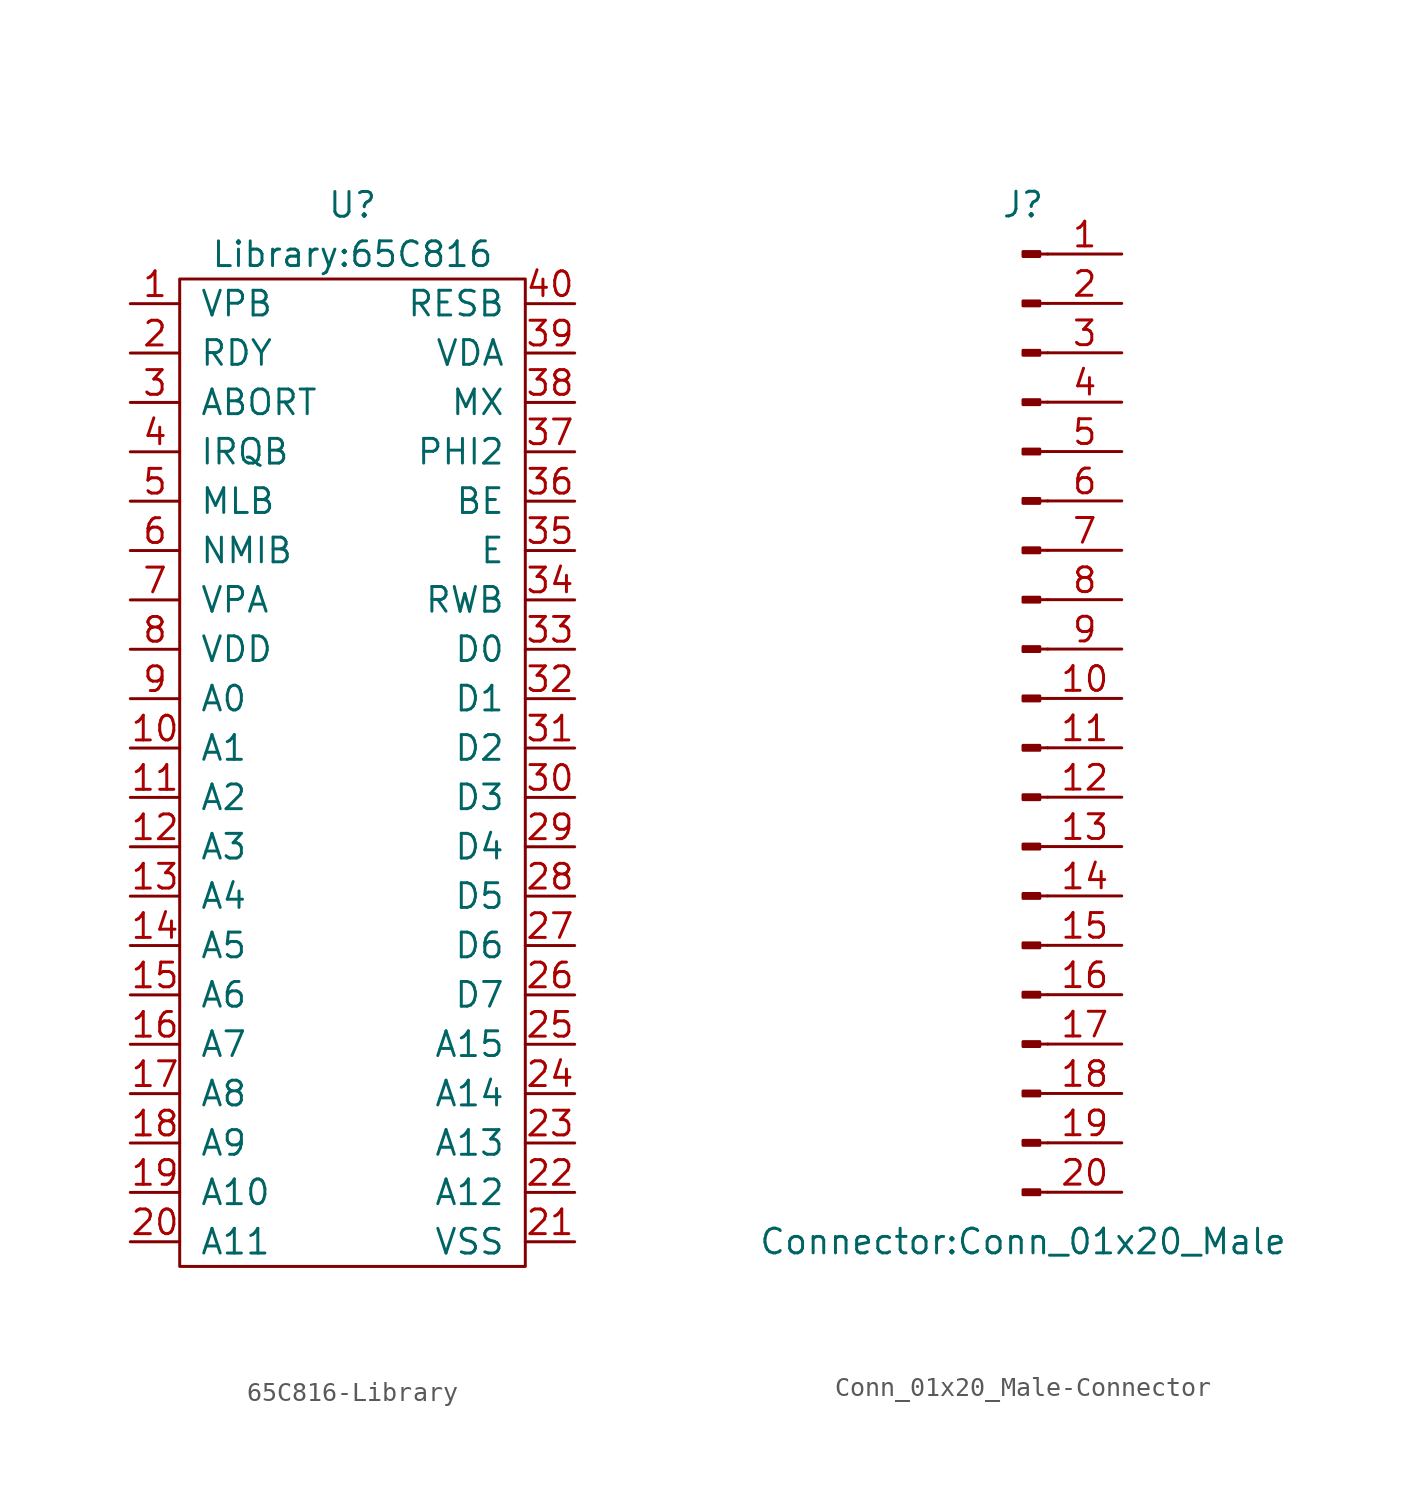
<source format=kicad_sym>
(kicad_symbol_lib
  (version 20231120)
  (generator "kicad_symbol_editor")
  (generator_version "8.0")
  (symbol "65C816-Library"
    (pin_names
      (offset 1.016))
    (property "Reference" "U"
      (at 0 3.81 0)
      (effects (font (size 1.27 1.27))))
    (property "Value" "Library:65C816"
      (at 0 1.27 0)
      (effects (font (size 1.27 1.27))))
    (symbol "65C816-Library_0_1"
      (rectangle (start -8.89 0) (end 8.89 -50.8) (stroke (width 0) (type solid)) (fill (type none))))
    (symbol "65C816-Library_1_1"
      (pin output line (at -11.43 -1.27 0) (length 2.54) (name "VPB" (effects (font (size 1.27 1.27)))) (number "1" (effects (font (size 1.27 1.27)))))
      (pin output line (at -11.43 -24.13 0) (length 2.54) (name "A1" (effects (font (size 1.27 1.27)))) (number "10" (effects (font (size 1.27 1.27)))))
      (pin output line (at -11.43 -26.67 0) (length 2.54) (name "A2" (effects (font (size 1.27 1.27)))) (number "11" (effects (font (size 1.27 1.27)))))
      (pin output line (at -11.43 -29.21 0) (length 2.54) (name "A3" (effects (font (size 1.27 1.27)))) (number "12" (effects (font (size 1.27 1.27)))))
      (pin output line (at -11.43 -31.75 0) (length 2.54) (name "A4" (effects (font (size 1.27 1.27)))) (number "13" (effects (font (size 1.27 1.27)))))
      (pin output line (at -11.43 -34.29 0) (length 2.54) (name "A5" (effects (font (size 1.27 1.27)))) (number "14" (effects (font (size 1.27 1.27)))))
      (pin output line (at -11.43 -36.83 0) (length 2.54) (name "A6" (effects (font (size 1.27 1.27)))) (number "15" (effects (font (size 1.27 1.27)))))
      (pin output line (at -11.43 -39.37 0) (length 2.54) (name "A7" (effects (font (size 1.27 1.27)))) (number "16" (effects (font (size 1.27 1.27)))))
      (pin output line (at -11.43 -41.91 0) (length 2.54) (name "A8" (effects (font (size 1.27 1.27)))) (number "17" (effects (font (size 1.27 1.27)))))
      (pin output line (at -11.43 -44.45 0) (length 2.54) (name "A9" (effects (font (size 1.27 1.27)))) (number "18" (effects (font (size 1.27 1.27)))))
      (pin output line (at -11.43 -46.99 0) (length 2.54) (name "A10" (effects (font (size 1.27 1.27)))) (number "19" (effects (font (size 1.27 1.27)))))
      (pin input line (at -11.43 -3.81 0) (length 2.54) (name "RDY" (effects (font (size 1.27 1.27)))) (number "2" (effects (font (size 1.27 1.27)))))
      (pin output line (at -11.43 -49.53 0) (length 2.54) (name "A11" (effects (font (size 1.27 1.27)))) (number "20" (effects (font (size 1.27 1.27)))))
      (pin power_in line (at 11.43 -49.53 180) (length 2.54) (name "VSS" (effects (font (size 1.27 1.27)))) (number "21" (effects (font (size 1.27 1.27)))))
      (pin output line (at 11.43 -46.99 180) (length 2.54) (name "A12" (effects (font (size 1.27 1.27)))) (number "22" (effects (font (size 1.27 1.27)))))
      (pin output line (at 11.43 -44.45 180) (length 2.54) (name "A13" (effects (font (size 1.27 1.27)))) (number "23" (effects (font (size 1.27 1.27)))))
      (pin output line (at 11.43 -41.91 180) (length 2.54) (name "A14" (effects (font (size 1.27 1.27)))) (number "24" (effects (font (size 1.27 1.27)))))
      (pin output line (at 11.43 -39.37 180) (length 2.54) (name "A15" (effects (font (size 1.27 1.27)))) (number "25" (effects (font (size 1.27 1.27)))))
      (pin bidirectional line (at 11.43 -36.83 180) (length 2.54) (name "D7" (effects (font (size 1.27 1.27)))) (number "26" (effects (font (size 1.27 1.27)))))
      (pin bidirectional line (at 11.43 -34.29 180) (length 2.54) (name "D6" (effects (font (size 1.27 1.27)))) (number "27" (effects (font (size 1.27 1.27)))))
      (pin bidirectional line (at 11.43 -31.75 180) (length 2.54) (name "D5" (effects (font (size 1.27 1.27)))) (number "28" (effects (font (size 1.27 1.27)))))
      (pin bidirectional line (at 11.43 -29.21 180) (length 2.54) (name "D4" (effects (font (size 1.27 1.27)))) (number "29" (effects (font (size 1.27 1.27)))))
      (pin input line (at -11.43 -6.35 0) (length 2.54) (name "ABORT" (effects (font (size 1.27 1.27)))) (number "3" (effects (font (size 1.27 1.27)))))
      (pin bidirectional line (at 11.43 -26.67 180) (length 2.54) (name "D3" (effects (font (size 1.27 1.27)))) (number "30" (effects (font (size 1.27 1.27)))))
      (pin bidirectional line (at 11.43 -24.13 180) (length 2.54) (name "D2" (effects (font (size 1.27 1.27)))) (number "31" (effects (font (size 1.27 1.27)))))
      (pin bidirectional line (at 11.43 -21.59 180) (length 2.54) (name "D1" (effects (font (size 1.27 1.27)))) (number "32" (effects (font (size 1.27 1.27)))))
      (pin bidirectional line (at 11.43 -19.05 180) (length 2.54) (name "D0" (effects (font (size 1.27 1.27)))) (number "33" (effects (font (size 1.27 1.27)))))
      (pin output line (at 11.43 -16.51 180) (length 2.54) (name "RWB" (effects (font (size 1.27 1.27)))) (number "34" (effects (font (size 1.27 1.27)))))
      (pin output line (at 11.43 -13.97 180) (length 2.54) (name "E" (effects (font (size 1.27 1.27)))) (number "35" (effects (font (size 1.27 1.27)))))
      (pin input line (at 11.43 -11.43 180) (length 2.54) (name "BE" (effects (font (size 1.27 1.27)))) (number "36" (effects (font (size 1.27 1.27)))))
      (pin input line (at 11.43 -8.89 180) (length 2.54) (name "PHI2" (effects (font (size 1.27 1.27)))) (number "37" (effects (font (size 1.27 1.27)))))
      (pin output line (at 11.43 -6.35 180) (length 2.54) (name "MX" (effects (font (size 1.27 1.27)))) (number "38" (effects (font (size 1.27 1.27)))))
      (pin output line (at 11.43 -3.81 180) (length 2.54) (name "VDA" (effects (font (size 1.27 1.27)))) (number "39" (effects (font (size 1.27 1.27)))))
      (pin input line (at -11.43 -8.89 0) (length 2.54) (name "IRQB" (effects (font (size 1.27 1.27)))) (number "4" (effects (font (size 1.27 1.27)))))
      (pin input line (at 11.43 -1.27 180) (length 2.54) (name "RESB" (effects (font (size 1.27 1.27)))) (number "40" (effects (font (size 1.27 1.27)))))
      (pin output line (at -11.43 -11.43 0) (length 2.54) (name "MLB" (effects (font (size 1.27 1.27)))) (number "5" (effects (font (size 1.27 1.27)))))
      (pin input line (at -11.43 -13.97 0) (length 2.54) (name "NMIB" (effects (font (size 1.27 1.27)))) (number "6" (effects (font (size 1.27 1.27)))))
      (pin output line (at -11.43 -16.51 0) (length 2.54) (name "VPA" (effects (font (size 1.27 1.27)))) (number "7" (effects (font (size 1.27 1.27)))))
      (pin power_in line (at -11.43 -19.05 0) (length 2.54) (name "VDD" (effects (font (size 1.27 1.27)))) (number "8" (effects (font (size 1.27 1.27)))))
      (pin output line (at -11.43 -21.59 0) (length 2.54) (name "A0" (effects (font (size 1.27 1.27)))) (number "9" (effects (font (size 1.27 1.27)))))))
  (symbol "Conn_01x20_Male-Connector"
    (pin_names
      (offset 1.016) hide)
    (property "Reference" "J"
      (at 0 25.4 0)
      (effects (font (size 1.27 1.27))))
    (property "Value" "Connector:Conn_01x20_Male"
      (at 0 -27.94 0)
      (effects (font (size 1.27 1.27))))
    (symbol "Conn_01x20_Male-Connector_1_1"
      (polyline (pts (xy 1.27 -25.4) (xy 0.864 -25.4)) (stroke (width 0.152) (type solid)) (fill (type none)))
      (polyline (pts (xy 1.27 -22.86) (xy 0.864 -22.86)) (stroke (width 0.152) (type solid)) (fill (type none)))
      (polyline (pts (xy 1.27 -20.32) (xy 0.864 -20.32)) (stroke (width 0.152) (type solid)) (fill (type none)))
      (polyline (pts (xy 1.27 -17.78) (xy 0.864 -17.78)) (stroke (width 0.152) (type solid)) (fill (type none)))
      (polyline (pts (xy 1.27 -15.24) (xy 0.864 -15.24)) (stroke (width 0.152) (type solid)) (fill (type none)))
      (polyline (pts (xy 1.27 -12.7) (xy 0.864 -12.7)) (stroke (width 0.152) (type solid)) (fill (type none)))
      (polyline (pts (xy 1.27 -10.16) (xy 0.864 -10.16)) (stroke (width 0.152) (type solid)) (fill (type none)))
      (polyline (pts (xy 1.27 -7.62) (xy 0.864 -7.62)) (stroke (width 0.152) (type solid)) (fill (type none)))
      (polyline (pts (xy 1.27 -5.08) (xy 0.864 -5.08)) (stroke (width 0.152) (type solid)) (fill (type none)))
      (polyline (pts (xy 1.27 -2.54) (xy 0.864 -2.54)) (stroke (width 0.152) (type solid)) (fill (type none)))
      (polyline (pts (xy 1.27 0) (xy 0.864 0)) (stroke (width 0.152) (type solid)) (fill (type none)))
      (polyline (pts (xy 1.27 2.54) (xy 0.864 2.54)) (stroke (width 0.152) (type solid)) (fill (type none)))
      (polyline (pts (xy 1.27 5.08) (xy 0.864 5.08)) (stroke (width 0.152) (type solid)) (fill (type none)))
      (polyline (pts (xy 1.27 7.62) (xy 0.864 7.62)) (stroke (width 0.152) (type solid)) (fill (type none)))
      (polyline (pts (xy 1.27 10.16) (xy 0.864 10.16)) (stroke (width 0.152) (type solid)) (fill (type none)))
      (polyline (pts (xy 1.27 12.7) (xy 0.864 12.7)) (stroke (width 0.152) (type solid)) (fill (type none)))
      (polyline (pts (xy 1.27 15.24) (xy 0.864 15.24)) (stroke (width 0.152) (type solid)) (fill (type none)))
      (polyline (pts (xy 1.27 17.78) (xy 0.864 17.78)) (stroke (width 0.152) (type solid)) (fill (type none)))
      (polyline (pts (xy 1.27 20.32) (xy 0.864 20.32)) (stroke (width 0.152) (type solid)) (fill (type none)))
      (polyline (pts (xy 1.27 22.86) (xy 0.864 22.86)) (stroke (width 0.152) (type solid)) (fill (type none)))
      (rectangle (start 0.864 -25.273) (end 0 -25.527) (stroke (width 0.152) (type solid)) (fill (type outline)))
      (rectangle (start 0.864 -22.733) (end 0 -22.987) (stroke (width 0.152) (type solid)) (fill (type outline)))
      (rectangle (start 0.864 -20.193) (end 0 -20.447) (stroke (width 0.152) (type solid)) (fill (type outline)))
      (rectangle (start 0.864 -17.653) (end 0 -17.907) (stroke (width 0.152) (type solid)) (fill (type outline)))
      (rectangle (start 0.864 -15.113) (end 0 -15.367) (stroke (width 0.152) (type solid)) (fill (type outline)))
      (rectangle (start 0.864 -12.573) (end 0 -12.827) (stroke (width 0.152) (type solid)) (fill (type outline)))
      (rectangle (start 0.864 -10.033) (end 0 -10.287) (stroke (width 0.152) (type solid)) (fill (type outline)))
      (rectangle (start 0.864 -7.493) (end 0 -7.747) (stroke (width 0.152) (type solid)) (fill (type outline)))
      (rectangle (start 0.864 -4.953) (end 0 -5.207) (stroke (width 0.152) (type solid)) (fill (type outline)))
      (rectangle (start 0.864 -2.413) (end 0 -2.667) (stroke (width 0.152) (type solid)) (fill (type outline)))
      (rectangle (start 0.864 0.127) (end 0 -0.127) (stroke (width 0.152) (type solid)) (fill (type outline)))
      (rectangle (start 0.864 2.667) (end 0 2.413) (stroke (width 0.152) (type solid)) (fill (type outline)))
      (rectangle (start 0.864 5.207) (end 0 4.953) (stroke (width 0.152) (type solid)) (fill (type outline)))
      (rectangle (start 0.864 7.747) (end 0 7.493) (stroke (width 0.152) (type solid)) (fill (type outline)))
      (rectangle (start 0.864 10.287) (end 0 10.033) (stroke (width 0.152) (type solid)) (fill (type outline)))
      (rectangle (start 0.864 12.827) (end 0 12.573) (stroke (width 0.152) (type solid)) (fill (type outline)))
      (rectangle (start 0.864 15.367) (end 0 15.113) (stroke (width 0.152) (type solid)) (fill (type outline)))
      (rectangle (start 0.864 17.907) (end 0 17.653) (stroke (width 0.152) (type solid)) (fill (type outline)))
      (rectangle (start 0.864 20.447) (end 0 20.193) (stroke (width 0.152) (type solid)) (fill (type outline)))
      (rectangle (start 0.864 22.987) (end 0 22.733) (stroke (width 0.152) (type solid)) (fill (type outline)))
      (pin passive line (at 5.08 22.86 180) (length 3.81) (name "Pin_1" (effects (font (size 1.27 1.27)))) (number "1" (effects (font (size 1.27 1.27)))))
      (pin passive line (at 5.08 0 180) (length 3.81) (name "Pin_10" (effects (font (size 1.27 1.27)))) (number "10" (effects (font (size 1.27 1.27)))))
      (pin passive line (at 5.08 -2.54 180) (length 3.81) (name "Pin_11" (effects (font (size 1.27 1.27)))) (number "11" (effects (font (size 1.27 1.27)))))
      (pin passive line (at 5.08 -5.08 180) (length 3.81) (name "Pin_12" (effects (font (size 1.27 1.27)))) (number "12" (effects (font (size 1.27 1.27)))))
      (pin passive line (at 5.08 -7.62 180) (length 3.81) (name "Pin_13" (effects (font (size 1.27 1.27)))) (number "13" (effects (font (size 1.27 1.27)))))
      (pin passive line (at 5.08 -10.16 180) (length 3.81) (name "Pin_14" (effects (font (size 1.27 1.27)))) (number "14" (effects (font (size 1.27 1.27)))))
      (pin passive line (at 5.08 -12.7 180) (length 3.81) (name "Pin_15" (effects (font (size 1.27 1.27)))) (number "15" (effects (font (size 1.27 1.27)))))
      (pin passive line (at 5.08 -15.24 180) (length 3.81) (name "Pin_16" (effects (font (size 1.27 1.27)))) (number "16" (effects (font (size 1.27 1.27)))))
      (pin passive line (at 5.08 -17.78 180) (length 3.81) (name "Pin_17" (effects (font (size 1.27 1.27)))) (number "17" (effects (font (size 1.27 1.27)))))
      (pin passive line (at 5.08 -20.32 180) (length 3.81) (name "Pin_18" (effects (font (size 1.27 1.27)))) (number "18" (effects (font (size 1.27 1.27)))))
      (pin passive line (at 5.08 -22.86 180) (length 3.81) (name "Pin_19" (effects (font (size 1.27 1.27)))) (number "19" (effects (font (size 1.27 1.27)))))
      (pin passive line (at 5.08 20.32 180) (length 3.81) (name "Pin_2" (effects (font (size 1.27 1.27)))) (number "2" (effects (font (size 1.27 1.27)))))
      (pin passive line (at 5.08 -25.4 180) (length 3.81) (name "Pin_20" (effects (font (size 1.27 1.27)))) (number "20" (effects (font (size 1.27 1.27)))))
      (pin passive line (at 5.08 17.78 180) (length 3.81) (name "Pin_3" (effects (font (size 1.27 1.27)))) (number "3" (effects (font (size 1.27 1.27)))))
      (pin passive line (at 5.08 15.24 180) (length 3.81) (name "Pin_4" (effects (font (size 1.27 1.27)))) (number "4" (effects (font (size 1.27 1.27)))))
      (pin passive line (at 5.08 12.7 180) (length 3.81) (name "Pin_5" (effects (font (size 1.27 1.27)))) (number "5" (effects (font (size 1.27 1.27)))))
      (pin passive line (at 5.08 10.16 180) (length 3.81) (name "Pin_6" (effects (font (size 1.27 1.27)))) (number "6" (effects (font (size 1.27 1.27)))))
      (pin passive line (at 5.08 7.62 180) (length 3.81) (name "Pin_7" (effects (font (size 1.27 1.27)))) (number "7" (effects (font (size 1.27 1.27)))))
      (pin passive line (at 5.08 5.08 180) (length 3.81) (name "Pin_8" (effects (font (size 1.27 1.27)))) (number "8" (effects (font (size 1.27 1.27)))))
      (pin passive line (at 5.08 2.54 180) (length 3.81) (name "Pin_9" (effects (font (size 1.27 1.27)))) (number "9" (effects (font (size 1.27 1.27))))))))
</source>
